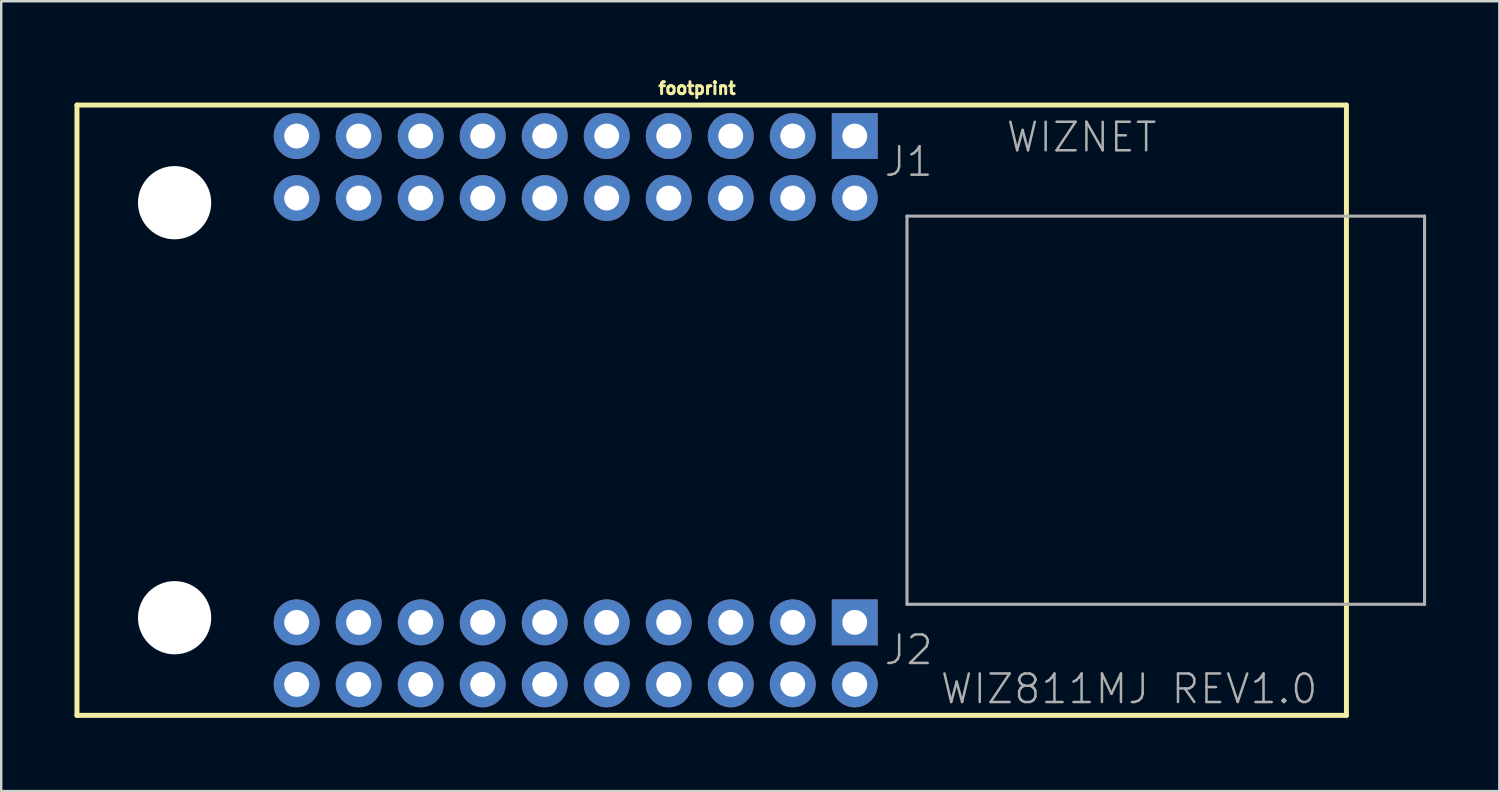
<source format=kicad_pcb>
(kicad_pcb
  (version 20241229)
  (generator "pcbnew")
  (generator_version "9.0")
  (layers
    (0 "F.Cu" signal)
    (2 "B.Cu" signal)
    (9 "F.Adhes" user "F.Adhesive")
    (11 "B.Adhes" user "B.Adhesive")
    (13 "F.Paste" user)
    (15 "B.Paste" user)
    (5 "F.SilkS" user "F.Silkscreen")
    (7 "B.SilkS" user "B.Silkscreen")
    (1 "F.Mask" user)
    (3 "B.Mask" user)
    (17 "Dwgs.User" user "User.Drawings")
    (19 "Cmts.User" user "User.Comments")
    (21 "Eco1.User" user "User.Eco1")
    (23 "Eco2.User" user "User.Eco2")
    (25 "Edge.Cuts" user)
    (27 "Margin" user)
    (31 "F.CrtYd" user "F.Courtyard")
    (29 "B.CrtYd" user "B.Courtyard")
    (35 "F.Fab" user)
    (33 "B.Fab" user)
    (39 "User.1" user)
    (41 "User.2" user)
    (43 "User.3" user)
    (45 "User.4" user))
  (footprint "footprint"
    (layer "F.Cu")
    (at 25.612 13.953)
    (property "Reference" "footprint" (at -0.11 -13.1 0) (layer "F.SilkS") (effects (font (size 0.488 0.488) (thickness 0.122)) (justify bottom)))
    (fp_line (start -25.51 -12.7) (end 26.49 -12.7) (stroke (width 0.203) (type solid)) (layer "F.SilkS"))
    (fp_line (start -25.51 12.3) (end -25.51 -12.7) (stroke (width 0.203) (type solid)) (layer "F.SilkS"))
    (fp_line (start 26.49 -12.7) (end 26.49 12.3) (stroke (width 0.203) (type solid)) (layer "F.SilkS"))
    (fp_line (start 26.49 12.3) (end -25.51 12.3) (stroke (width 0.203) (type solid)) (layer "F.SilkS"))
    (fp_line (start 8.49 7.75) (end 8.49 -8.15) (stroke (width 0.127) (type solid)) (layer "F.Fab"))
    (fp_line (start 8.49 7.75) (end 29.69 7.75) (stroke (width 0.127) (type solid)) (layer "F.Fab"))
    (fp_line (start 29.69 -8.15) (end 8.49 -8.15) (stroke (width 0.127) (type solid)) (layer "F.Fab"))
    (fp_line (start 29.69 7.75) (end 29.69 -8.15) (stroke (width 0.127) (type solid)) (layer "F.Fab"))
    (fp_text user "J2" (at 7.49 10.3 0) (layer "F.Fab") (effects (font (size 1.168 1.168) (thickness 0.102)) (justify left bottom)))
    (fp_text user "WIZNET" (at 12.49 -10.7 0) (layer "F.Fab") (effects (font (size 1.168 1.168) (thickness 0.102)) (justify left bottom)))
    (fp_text user "WIZ811MJ REV1.0" (at 9.79 11.9 0) (layer "F.Fab") (effects (font (size 1.168 1.168) (thickness 0.102)) (justify left bottom)))
    (fp_text user "J1" (at 7.49 -9.7 0) (layer "F.Fab") (effects (font (size 1.168 1.168) (thickness 0.102)) (justify left bottom)))
    (pad "" np_thru_hole circle (at -21.51 -8.7) (size 3 3) (drill 3) (layers "*.Cu" "*.Mask"))
    (pad "" np_thru_hole circle (at -21.51 8.3) (size 3 3) (drill 3) (layers "*.Cu" "*.Mask"))
    (pad "1" thru_hole rect (at 6.35 -11.43) (size 1.88 1.88) (drill 1.02) (layers "*.Cu" "*.Mask"))
    (pad "2" thru_hole circle (at 6.35 -8.89) (size 1.88 1.88) (drill 1.02) (layers "*.Cu" "*.Mask"))
    (pad "3" thru_hole circle (at 3.81 -11.43) (size 1.88 1.88) (drill 1.02) (layers "*.Cu" "*.Mask"))
    (pad "4" thru_hole circle (at 3.81 -8.89) (size 1.88 1.88) (drill 1.02) (layers "*.Cu" "*.Mask"))
    (pad "5" thru_hole circle (at 1.27 -11.43) (size 1.88 1.88) (drill 1.02) (layers "*.Cu" "*.Mask"))
    (pad "6" thru_hole circle (at 1.27 -8.89) (size 1.88 1.88) (drill 1.02) (layers "*.Cu" "*.Mask"))
    (pad "7" thru_hole circle (at -1.27 -11.43) (size 1.88 1.88) (drill 1.02) (layers "*.Cu" "*.Mask"))
    (pad "8" thru_hole circle (at -1.27 -8.89) (size 1.88 1.88) (drill 1.02) (layers "*.Cu" "*.Mask"))
    (pad "9" thru_hole circle (at -3.81 -11.43) (size 1.88 1.88) (drill 1.02) (layers "*.Cu" "*.Mask"))
    (pad "10" thru_hole circle (at -3.81 -8.89) (size 1.88 1.88) (drill 1.02) (layers "*.Cu" "*.Mask"))
    (pad "11" thru_hole circle (at -6.35 -11.43) (size 1.88 1.88) (drill 1.02) (layers "*.Cu" "*.Mask"))
    (pad "12" thru_hole circle (at -6.35 -8.89) (size 1.88 1.88) (drill 1.02) (layers "*.Cu" "*.Mask"))
    (pad "13" thru_hole circle (at -8.89 -11.43) (size 1.88 1.88) (drill 1.02) (layers "*.Cu" "*.Mask"))
    (pad "14" thru_hole circle (at -8.89 -8.89) (size 1.88 1.88) (drill 1.02) (layers "*.Cu" "*.Mask"))
    (pad "15" thru_hole circle (at -11.43 -11.43) (size 1.88 1.88) (drill 1.02) (layers "*.Cu" "*.Mask"))
    (pad "16" thru_hole circle (at -11.43 -8.89) (size 1.88 1.88) (drill 1.02) (layers "*.Cu" "*.Mask"))
    (pad "17" thru_hole circle (at -13.97 -11.43) (size 1.88 1.88) (drill 1.02) (layers "*.Cu" "*.Mask"))
    (pad "18" thru_hole circle (at -13.97 -8.89) (size 1.88 1.88) (drill 1.02) (layers "*.Cu" "*.Mask"))
    (pad "19" thru_hole circle (at -16.51 -11.43) (size 1.88 1.88) (drill 1.02) (layers "*.Cu" "*.Mask"))
    (pad "20" thru_hole circle (at -16.51 -8.89) (size 1.88 1.88) (drill 1.02) (layers "*.Cu" "*.Mask"))
    (pad "21" thru_hole rect (at 6.35 8.49) (size 1.88 1.88) (drill 1.02) (layers "*.Cu" "*.Mask"))
    (pad "22" thru_hole circle (at 6.35 11.03) (size 1.88 1.88) (drill 1.02) (layers "*.Cu" "*.Mask"))
    (pad "23" thru_hole circle (at 3.81 8.49) (size 1.88 1.88) (drill 1.02) (layers "*.Cu" "*.Mask"))
    (pad "24" thru_hole circle (at 3.81 11.03) (size 1.88 1.88) (drill 1.02) (layers "*.Cu" "*.Mask"))
    (pad "25" thru_hole circle (at 1.27 8.49) (size 1.88 1.88) (drill 1.02) (layers "*.Cu" "*.Mask"))
    (pad "26" thru_hole circle (at 1.27 11.03) (size 1.88 1.88) (drill 1.02) (layers "*.Cu" "*.Mask"))
    (pad "27" thru_hole circle (at -1.27 8.49) (size 1.88 1.88) (drill 1.02) (layers "*.Cu" "*.Mask"))
    (pad "28" thru_hole circle (at -1.27 11.03) (size 1.88 1.88) (drill 1.02) (layers "*.Cu" "*.Mask"))
    (pad "29" thru_hole circle (at -3.81 8.49) (size 1.88 1.88) (drill 1.02) (layers "*.Cu" "*.Mask"))
    (pad "30" thru_hole circle (at -3.81 11.03) (size 1.88 1.88) (drill 1.02) (layers "*.Cu" "*.Mask"))
    (pad "31" thru_hole circle (at -6.35 8.49) (size 1.88 1.88) (drill 1.02) (layers "*.Cu" "*.Mask"))
    (pad "32" thru_hole circle (at -6.35 11.03) (size 1.88 1.88) (drill 1.02) (layers "*.Cu" "*.Mask"))
    (pad "33" thru_hole circle (at -8.89 8.49) (size 1.88 1.88) (drill 1.02) (layers "*.Cu" "*.Mask"))
    (pad "34" thru_hole circle (at -8.89 11.03) (size 1.88 1.88) (drill 1.02) (layers "*.Cu" "*.Mask"))
    (pad "35" thru_hole circle (at -11.43 8.49) (size 1.88 1.88) (drill 1.02) (layers "*.Cu" "*.Mask"))
    (pad "36" thru_hole circle (at -11.43 11.03) (size 1.88 1.88) (drill 1.02) (layers "*.Cu" "*.Mask"))
    (pad "37" thru_hole circle (at -13.97 8.49) (size 1.88 1.88) (drill 1.02) (layers "*.Cu" "*.Mask"))
    (pad "38" thru_hole circle (at -13.97 11.03) (size 1.88 1.88) (drill 1.02) (layers "*.Cu" "*.Mask"))
    (pad "39" thru_hole circle (at -16.51 8.49) (size 1.88 1.88) (drill 1.02) (layers "*.Cu" "*.Mask"))
    (pad "40" thru_hole circle (at -16.51 11.03) (size 1.88 1.88) (drill 1.02) (layers "*.Cu" "*.Mask")))
  (gr_rect
    (start -3 -3)
    (end 58.365 29.355)
    (stroke (width 0.1) (type default))
    (fill no)
    (layer "Edge.Cuts")))
</source>
